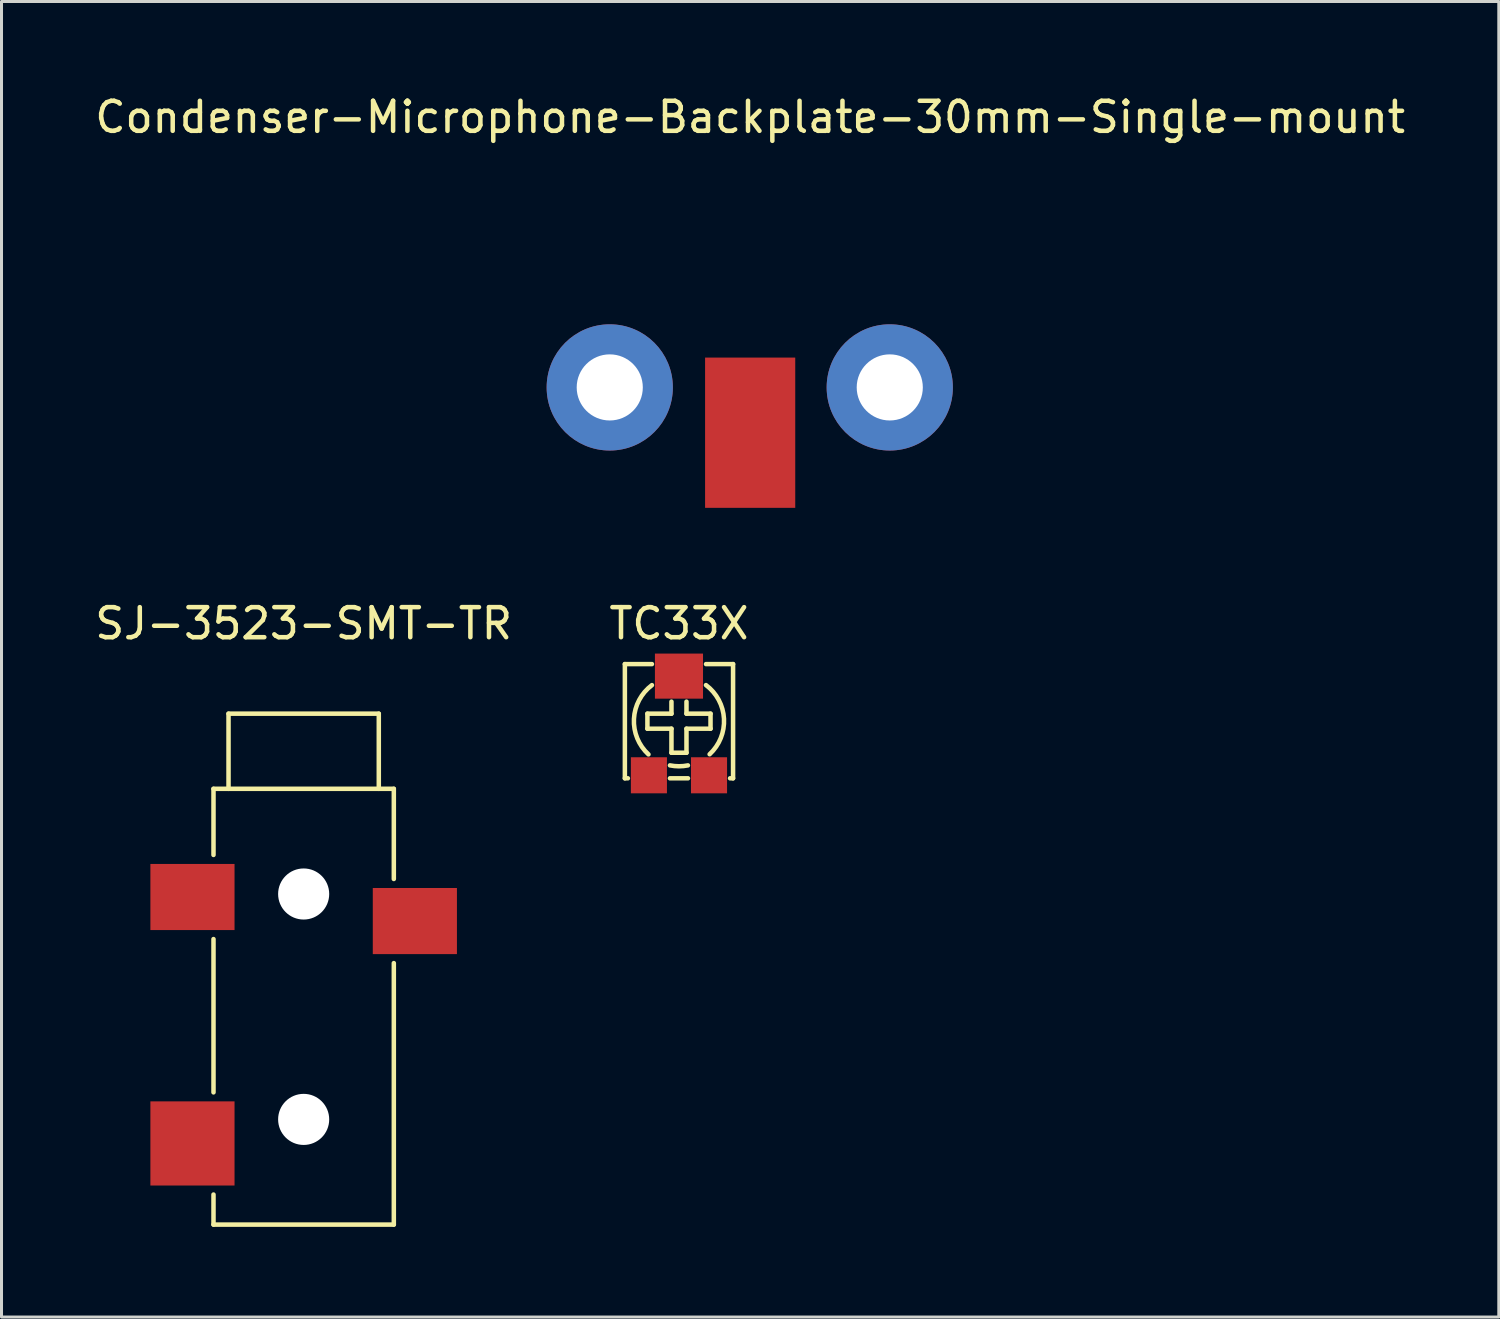
<source format=kicad_pcb>
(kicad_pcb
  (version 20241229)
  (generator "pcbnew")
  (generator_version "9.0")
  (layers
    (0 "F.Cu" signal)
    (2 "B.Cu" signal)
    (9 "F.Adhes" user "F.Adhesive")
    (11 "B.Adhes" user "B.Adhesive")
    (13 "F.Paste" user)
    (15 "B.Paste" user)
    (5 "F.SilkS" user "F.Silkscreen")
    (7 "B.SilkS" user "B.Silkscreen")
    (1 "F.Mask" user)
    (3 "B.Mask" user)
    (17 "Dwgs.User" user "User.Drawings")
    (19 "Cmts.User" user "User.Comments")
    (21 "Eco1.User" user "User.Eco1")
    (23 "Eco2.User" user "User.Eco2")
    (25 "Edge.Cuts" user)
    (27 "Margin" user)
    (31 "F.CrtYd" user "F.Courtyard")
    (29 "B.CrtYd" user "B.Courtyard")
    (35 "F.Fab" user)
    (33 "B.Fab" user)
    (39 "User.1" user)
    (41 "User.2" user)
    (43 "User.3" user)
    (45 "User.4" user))
  (footprint "Condenser-Microphone-Backplate-30mm-Single-mount"
    (layer "F.Cu")
    (at 21.911 9.848)
    (property "Reference" "Condenser-Microphone-Backplate-30mm-Single-mount" (at 0 -9 0) (layer "F.SilkS") (effects (font (size 1 1) (thickness 0.15))))
    (attr through_hole)
    (pad "1" smd rect (at 0 1.5) (size 3 5) (layers "F.Cu" "F.Mask" "F.Paste"))
    (pad "2" thru_hole circle (at -4.672 -0.007 255) (size 4.2 4.2) (drill 2.2) (layers "*.Cu" "*.Mask"))
    (pad "2" thru_hole circle (at 4.645 -0.007 285) (size 4.2 4.2) (drill 2.2) (layers "*.Cu" "*.Mask")))
  (footprint "TC33X"
    (layer "F.Cu")
    (at 19.542 20.947)
    (property "Reference" "TC33X" (at 0 -3.25 0) (layer "F.SilkS") (effects (font (size 1 1) (thickness 0.15))))
    (attr through_hole)
    (fp_line (start -1.8 -1.9) (end -1.8 1.9) (stroke (width 0.15) (type solid)) (layer "F.SilkS"))
    (fp_line (start -1.8 -1.9) (end -0.9 -1.9) (stroke (width 0.15) (type solid)) (layer "F.SilkS"))
    (fp_line (start -1.8 1.9) (end -1.7 1.9) (stroke (width 0.15) (type solid)) (layer "F.SilkS"))
    (fp_line (start -1.05 -0.25) (end -0.25 -0.25) (stroke (width 0.15) (type solid)) (layer "F.SilkS"))
    (fp_line (start -1.05 0.25) (end -1.05 -0.25) (stroke (width 0.15) (type solid)) (layer "F.SilkS"))
    (fp_line (start -0.3 1.9) (end 0.3 1.9) (stroke (width 0.15) (type solid)) (layer "F.SilkS"))
    (fp_line (start -0.25 -0.25) (end -0.25 -0.65) (stroke (width 0.15) (type solid)) (layer "F.SilkS"))
    (fp_line (start -0.25 0.25) (end -1.05 0.25) (stroke (width 0.15) (type solid)) (layer "F.SilkS"))
    (fp_line (start -0.25 1.05) (end -0.25 0.25) (stroke (width 0.15) (type solid)) (layer "F.SilkS"))
    (fp_line (start 0.25 -0.25) (end 0.25 -0.65) (stroke (width 0.15) (type solid)) (layer "F.SilkS"))
    (fp_line (start 0.25 -0.25) (end 1.05 -0.25) (stroke (width 0.15) (type solid)) (layer "F.SilkS"))
    (fp_line (start 0.25 0.25) (end 0.25 1.05) (stroke (width 0.15) (type solid)) (layer "F.SilkS"))
    (fp_line (start 0.25 1.05) (end -0.25 1.05) (stroke (width 0.15) (type solid)) (layer "F.SilkS"))
    (fp_line (start 1.05 -0.25) (end 1.05 0.25) (stroke (width 0.15) (type solid)) (layer "F.SilkS"))
    (fp_line (start 1.05 0.25) (end 0.25 0.25) (stroke (width 0.15) (type solid)) (layer "F.SilkS"))
    (fp_line (start 1.8 -1.9) (end 0.9 -1.9) (stroke (width 0.15) (type solid)) (layer "F.SilkS"))
    (fp_line (start 1.8 1.9) (end 1.7 1.9) (stroke (width 0.15) (type solid)) (layer "F.SilkS"))
    (fp_line (start 1.8 1.9) (end 1.8 -1.9) (stroke (width 0.15) (type solid)) (layer "F.SilkS"))
    (fp_arc (start -1.014607 1.104795) (mid -1.498149 -0.074496) (end -0.9 -1.2) (stroke (width 0.15) (type solid)) (layer "F.SilkS"))
    (fp_arc (start 0.298187 1.470368) (mid -0.000925 1.500299) (end -0.299999 1.469999) (stroke (width 0.15) (type solid)) (layer "F.SilkS"))
    (fp_arc (start 0.898516 -1.201276) (mid 1.498046 -0.079081) (end 1.019999 1.099999) (stroke (width 0.15) (type solid)) (layer "F.SilkS"))
    (pad "1" smd rect (at -1 1.8) (size 1.2 1.2) (layers "F.Cu" "F.Mask" "F.Paste"))
    (pad "2" smd rect (at 0 -1.5) (size 1.6 1.5) (layers "F.Cu" "F.Mask" "F.Paste"))
    (pad "3" smd rect (at 1 1.8) (size 1.2 1.2) (layers "F.Cu" "F.Mask" "F.Paste")))
  (footprint "SJ-3523-SMT-TR"
    (layer "F.Cu")
    (at 7.054 30.697)
    (property "Reference" "SJ-3523-SMT-TR" (at 0 -13 0) (layer "F.SilkS") (effects (font (size 1 1) (thickness 0.15))))
    (attr through_hole)
    (fp_line (start -3 -7.5) (end -3 -5.3) (stroke (width 0.15) (type solid)) (layer "F.SilkS"))
    (fp_line (start -3 -7.5) (end 3 -7.5) (stroke (width 0.15) (type solid)) (layer "F.SilkS"))
    (fp_line (start -3 2.6) (end -3 -2.5) (stroke (width 0.15) (type solid)) (layer "F.SilkS"))
    (fp_line (start -3 7) (end -3 6) (stroke (width 0.15) (type solid)) (layer "F.SilkS"))
    (fp_line (start -3 7) (end 3 7) (stroke (width 0.15) (type solid)) (layer "F.SilkS"))
    (fp_line (start -2.5 -10) (end 2.5 -10) (stroke (width 0.15) (type solid)) (layer "F.SilkS"))
    (fp_line (start -2.5 -7.5) (end -2.5 -10) (stroke (width 0.15) (type solid)) (layer "F.SilkS"))
    (fp_line (start 2.5 -10) (end 2.5 -7.5) (stroke (width 0.15) (type solid)) (layer "F.SilkS"))
    (fp_line (start 3 -7.5) (end 3 -4.5) (stroke (width 0.15) (type solid)) (layer "F.SilkS"))
    (fp_line (start 3 7) (end 3 -1.7) (stroke (width 0.15) (type solid)) (layer "F.SilkS"))
    (pad "" np_thru_hole circle (at 0 -4) (size 1.7 1.7) (drill 1.7) (layers "*.Cu" "*.Mask"))
    (pad "" np_thru_hole circle (at 0 3.5) (size 1.7 1.7) (drill 1.7) (layers "*.Cu" "*.Mask"))
    (pad "1" smd rect (at 3.7 -3.1 90) (size 2.2 2.8) (layers "F.Cu" "F.Mask" "F.Paste"))
    (pad "2" smd rect (at -3.7 -3.9 90) (size 2.2 2.8) (layers "F.Cu" "F.Mask" "F.Paste"))
    (pad "3" smd rect (at -3.7 4.3) (size 2.8 2.8) (layers "F.Cu" "F.Mask" "F.Paste")))
  (gr_rect
    (start -3 -3)
    (end 46.821 40.772)
    (stroke (width 0.1) (type default))
    (fill no)
    (layer "Edge.Cuts")))
</source>
